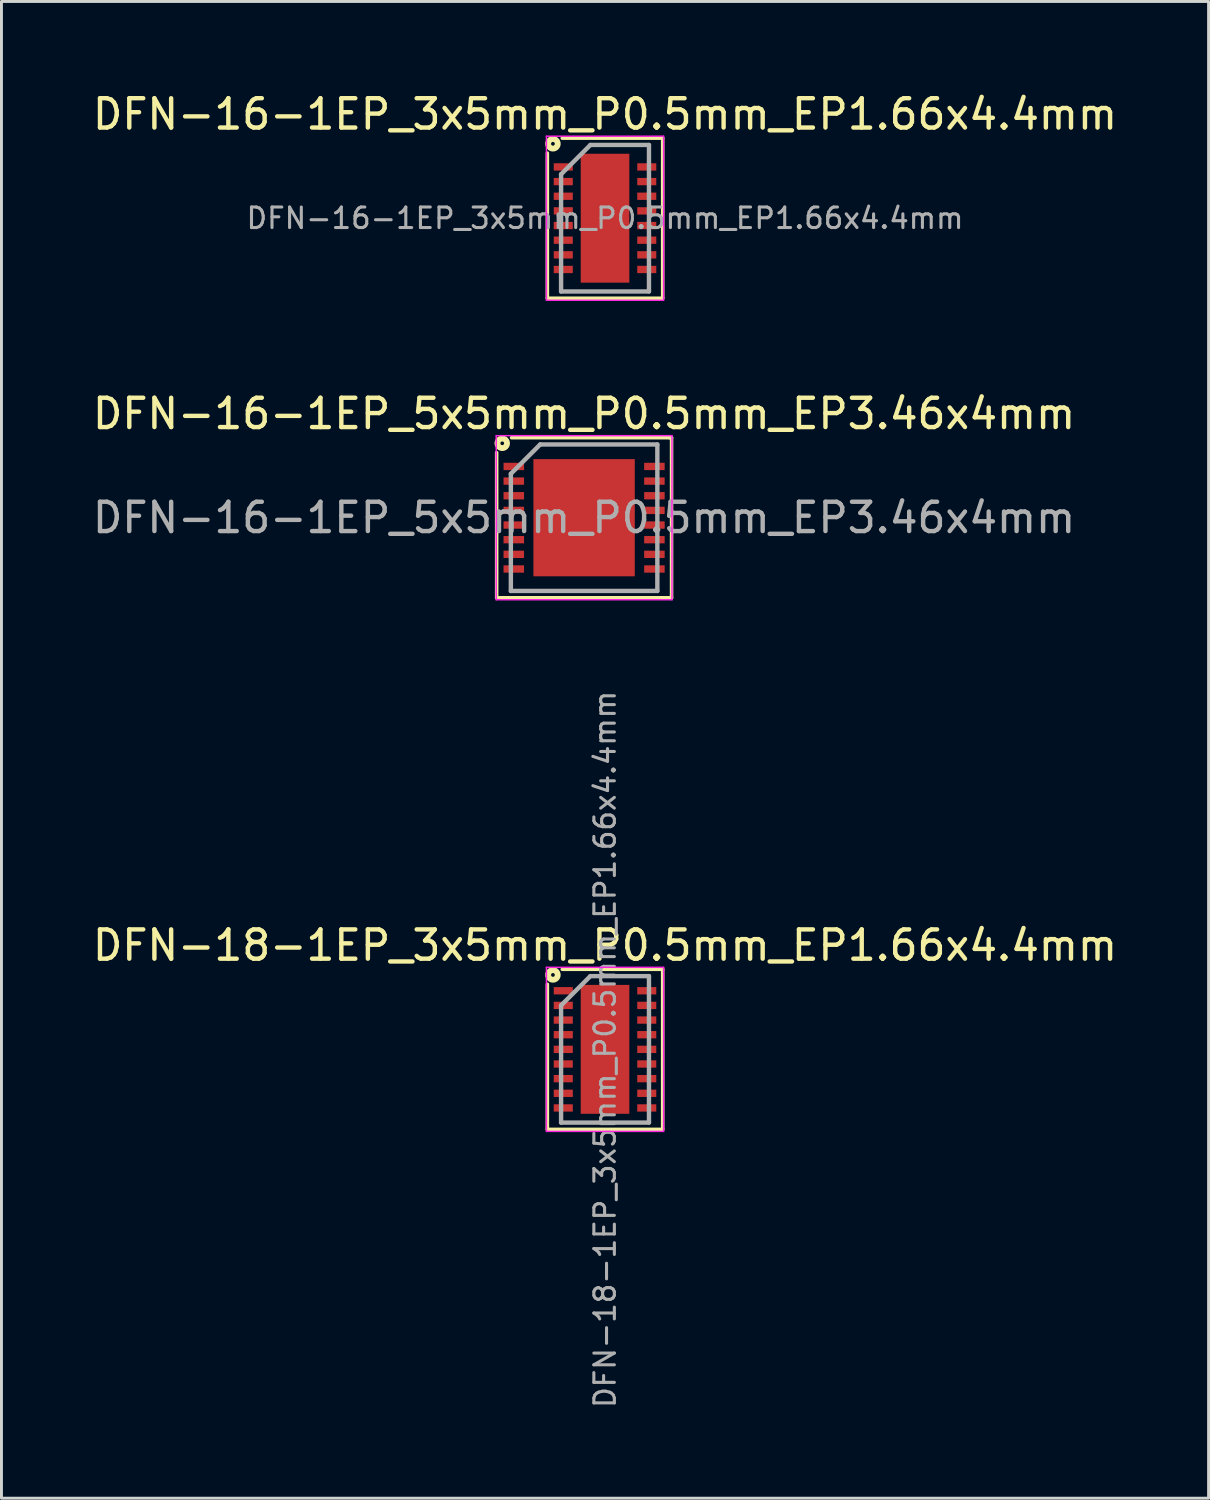
<source format=kicad_pcb>
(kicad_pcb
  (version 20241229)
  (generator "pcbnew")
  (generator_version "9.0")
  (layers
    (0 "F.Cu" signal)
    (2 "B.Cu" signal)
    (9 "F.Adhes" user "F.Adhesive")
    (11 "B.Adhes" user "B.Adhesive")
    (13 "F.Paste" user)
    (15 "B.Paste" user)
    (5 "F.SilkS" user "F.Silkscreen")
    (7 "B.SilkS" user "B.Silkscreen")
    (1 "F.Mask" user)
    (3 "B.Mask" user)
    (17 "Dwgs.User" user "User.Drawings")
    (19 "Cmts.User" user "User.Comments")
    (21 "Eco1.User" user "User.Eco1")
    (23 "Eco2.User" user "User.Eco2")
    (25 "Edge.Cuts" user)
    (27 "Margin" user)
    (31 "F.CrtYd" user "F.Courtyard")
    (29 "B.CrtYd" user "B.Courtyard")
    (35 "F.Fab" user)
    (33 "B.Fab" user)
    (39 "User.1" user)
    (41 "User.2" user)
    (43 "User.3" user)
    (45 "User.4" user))
  (footprint "DFN-16-1EP_3x5mm_P0.5mm_EP1.66x4.4mm"
    (layer "F.Cu")
    (at 17.601 4.398)
    (property "Reference" "DFN-16-1EP_3x5mm_P0.5mm_EP1.66x4.4mm" (at 0 -3.55 0) (layer "F.SilkS") (effects (font (size 1 1) (thickness 0.15))))
    (attr smd)
    (fp_line (start -1.968 2.731) (end -1.968 -2.223) (stroke (width 0.12) (type solid)) (layer "F.SilkS"))
    (fp_line (start -1.46 -2.731) (end 1.968 -2.731) (stroke (width 0.12) (type solid)) (layer "F.SilkS"))
    (fp_line (start 1.968 -2.731) (end 1.968 2.731) (stroke (width 0.12) (type solid)) (layer "F.SilkS"))
    (fp_line (start 1.968 2.731) (end -1.968 2.731) (stroke (width 0.12) (type solid)) (layer "F.SilkS"))
    (fp_circle (center -1.778 -2.54) (end -1.714 -2.54) (stroke (width 0.2) (type solid)) (fill no) (layer "F.SilkS"))
    (fp_line (start -2 -2.8) (end -2 2.8) (stroke (width 0.05) (type solid)) (layer "F.CrtYd"))
    (fp_line (start -2 -2.8) (end 2 -2.8) (stroke (width 0.05) (type solid)) (layer "F.CrtYd"))
    (fp_line (start -2 2.8) (end 2 2.8) (stroke (width 0.05) (type solid)) (layer "F.CrtYd"))
    (fp_line (start 2 -2.8) (end 2 2.8) (stroke (width 0.05) (type solid)) (layer "F.CrtYd"))
    (fp_line (start -1.5 -1.5) (end -0.5 -2.5) (stroke (width 0.15) (type solid)) (layer "F.Fab"))
    (fp_line (start -1.5 2.5) (end -1.5 -1.5) (stroke (width 0.15) (type solid)) (layer "F.Fab"))
    (fp_line (start -0.5 -2.5) (end 1.5 -2.5) (stroke (width 0.15) (type solid)) (layer "F.Fab"))
    (fp_line (start 1.5 -2.5) (end 1.5 2.5) (stroke (width 0.15) (type solid)) (layer "F.Fab"))
    (fp_line (start 1.5 2.5) (end -1.5 2.5) (stroke (width 0.15) (type solid)) (layer "F.Fab"))
    (fp_text user "${REFERENCE}" (at 0 0 0) (layer "F.Fab") (effects (font (size 0.7 0.7) (thickness 0.105))))
    (pad "" smd rect (at -0.415 -1.76) (size 0.67 0.71) (layers "F.Paste"))
    (pad "" smd rect (at -0.415 -0.88) (size 0.67 0.71) (layers "F.Paste"))
    (pad "" smd rect (at -0.415 0) (size 0.67 0.71) (layers "F.Paste"))
    (pad "" smd rect (at -0.415 0.88) (size 0.67 0.71) (layers "F.Paste"))
    (pad "" smd rect (at -0.415 1.76) (size 0.67 0.71) (layers "F.Paste"))
    (pad "" smd rect (at 0.415 -1.76) (size 0.67 0.71) (layers "F.Paste"))
    (pad "" smd rect (at 0.415 -0.88) (size 0.67 0.71) (layers "F.Paste"))
    (pad "" smd rect (at 0.415 0) (size 0.67 0.71) (layers "F.Paste"))
    (pad "" smd rect (at 0.415 0.88) (size 0.67 0.71) (layers "F.Paste"))
    (pad "" smd rect (at 0.415 1.76) (size 0.67 0.71) (layers "F.Paste"))
    (pad "1" smd rect (at -1.425 -1.75) (size 0.65 0.25) (layers "F.Cu" "F.Mask" "F.Paste"))
    (pad "2" smd rect (at -1.425 -1.25) (size 0.65 0.25) (layers "F.Cu" "F.Mask" "F.Paste"))
    (pad "3" smd rect (at -1.425 -0.75) (size 0.65 0.25) (layers "F.Cu" "F.Mask" "F.Paste"))
    (pad "4" smd rect (at -1.425 -0.25) (size 0.65 0.25) (layers "F.Cu" "F.Mask" "F.Paste"))
    (pad "5" smd rect (at -1.425 0.25) (size 0.65 0.25) (layers "F.Cu" "F.Mask" "F.Paste"))
    (pad "6" smd rect (at -1.425 0.75) (size 0.65 0.25) (layers "F.Cu" "F.Mask" "F.Paste"))
    (pad "7" smd rect (at -1.425 1.25) (size 0.65 0.25) (layers "F.Cu" "F.Mask" "F.Paste"))
    (pad "8" smd rect (at -1.425 1.75) (size 0.65 0.25) (layers "F.Cu" "F.Mask" "F.Paste"))
    (pad "9" smd rect (at 1.425 1.75) (size 0.65 0.25) (layers "F.Cu" "F.Mask" "F.Paste"))
    (pad "10" smd rect (at 1.425 1.25) (size 0.65 0.25) (layers "F.Cu" "F.Mask" "F.Paste"))
    (pad "11" smd rect (at 1.425 0.75) (size 0.65 0.25) (layers "F.Cu" "F.Mask" "F.Paste"))
    (pad "12" smd rect (at 1.425 0.25) (size 0.65 0.25) (layers "F.Cu" "F.Mask" "F.Paste"))
    (pad "13" smd rect (at 1.425 -0.25) (size 0.65 0.25) (layers "F.Cu" "F.Mask" "F.Paste"))
    (pad "14" smd rect (at 1.425 -0.75) (size 0.65 0.25) (layers "F.Cu" "F.Mask" "F.Paste"))
    (pad "15" smd rect (at 1.425 -1.25) (size 0.65 0.25) (layers "F.Cu" "F.Mask" "F.Paste"))
    (pad "16" smd rect (at 1.425 -1.75) (size 0.65 0.25) (layers "F.Cu" "F.Mask" "F.Paste"))
    (pad "17" smd rect (at 0 0) (size 1.66 4.4) (layers "F.Cu" "F.Mask")))
  (footprint "DFN-18-1EP_3x5mm_P0.5mm_EP1.66x4.4mm"
    (layer "F.Cu")
    (at 17.601 32.767)
    (property "Reference" "DFN-18-1EP_3x5mm_P0.5mm_EP1.66x4.4mm" (at 0 -3.55 0) (layer "F.SilkS") (effects (font (size 1 1) (thickness 0.15))))
    (attr smd)
    (fp_line (start -1.968 2.731) (end -1.968 -2.223) (stroke (width 0.12) (type solid)) (layer "F.SilkS"))
    (fp_line (start -1.46 -2.731) (end 1.968 -2.731) (stroke (width 0.12) (type solid)) (layer "F.SilkS"))
    (fp_line (start 1.968 -2.731) (end 1.968 2.731) (stroke (width 0.12) (type solid)) (layer "F.SilkS"))
    (fp_line (start 1.968 2.731) (end -1.968 2.731) (stroke (width 0.12) (type solid)) (layer "F.SilkS"))
    (fp_circle (center -1.778 -2.54) (end -1.714 -2.54) (stroke (width 0.2) (type solid)) (fill no) (layer "F.SilkS"))
    (fp_line (start -2 -2.8) (end -2 2.8) (stroke (width 0.05) (type solid)) (layer "F.CrtYd"))
    (fp_line (start -2 -2.8) (end 2 -2.8) (stroke (width 0.05) (type solid)) (layer "F.CrtYd"))
    (fp_line (start -2 2.8) (end 2 2.8) (stroke (width 0.05) (type solid)) (layer "F.CrtYd"))
    (fp_line (start 2 -2.8) (end 2 2.8) (stroke (width 0.05) (type solid)) (layer "F.CrtYd"))
    (fp_line (start -1.5 -1.5) (end -0.5 -2.5) (stroke (width 0.15) (type solid)) (layer "F.Fab"))
    (fp_line (start -1.5 2.5) (end -1.5 -1.5) (stroke (width 0.15) (type solid)) (layer "F.Fab"))
    (fp_line (start -0.5 -2.5) (end 1.5 -2.5) (stroke (width 0.15) (type solid)) (layer "F.Fab"))
    (fp_line (start 1.5 -2.5) (end 1.5 2.5) (stroke (width 0.15) (type solid)) (layer "F.Fab"))
    (fp_line (start 1.5 2.5) (end -1.5 2.5) (stroke (width 0.15) (type solid)) (layer "F.Fab"))
    (fp_text user "${REFERENCE}" (at 0 0 90) (layer "F.Fab") (effects (font (size 0.7 0.7) (thickness 0.105))))
    (pad "" smd rect (at -0.415 -1.76) (size 0.67 0.71) (layers "F.Paste"))
    (pad "" smd rect (at -0.415 -0.88) (size 0.67 0.71) (layers "F.Paste"))
    (pad "" smd rect (at -0.415 0) (size 0.67 0.71) (layers "F.Paste"))
    (pad "" smd rect (at -0.415 0.88) (size 0.67 0.71) (layers "F.Paste"))
    (pad "" smd rect (at -0.415 1.76) (size 0.67 0.71) (layers "F.Paste"))
    (pad "" smd rect (at 0.415 -1.76) (size 0.67 0.71) (layers "F.Paste"))
    (pad "" smd rect (at 0.415 -0.88) (size 0.67 0.71) (layers "F.Paste"))
    (pad "" smd rect (at 0.415 0) (size 0.67 0.71) (layers "F.Paste"))
    (pad "" smd rect (at 0.415 0.88) (size 0.67 0.71) (layers "F.Paste"))
    (pad "" smd rect (at 0.415 1.76) (size 0.67 0.71) (layers "F.Paste"))
    (pad "1" smd rect (at -1.425 -2) (size 0.65 0.25) (layers "F.Cu" "F.Mask" "F.Paste"))
    (pad "2" smd rect (at -1.425 -1.5) (size 0.65 0.25) (layers "F.Cu" "F.Mask" "F.Paste"))
    (pad "3" smd rect (at -1.425 -1) (size 0.65 0.25) (layers "F.Cu" "F.Mask" "F.Paste"))
    (pad "4" smd rect (at -1.425 -0.5) (size 0.65 0.25) (layers "F.Cu" "F.Mask" "F.Paste"))
    (pad "5" smd rect (at -1.425 0) (size 0.65 0.25) (layers "F.Cu" "F.Mask" "F.Paste"))
    (pad "6" smd rect (at -1.425 0.5) (size 0.65 0.25) (layers "F.Cu" "F.Mask" "F.Paste"))
    (pad "7" smd rect (at -1.425 1) (size 0.65 0.25) (layers "F.Cu" "F.Mask" "F.Paste"))
    (pad "8" smd rect (at -1.425 1.5) (size 0.65 0.25) (layers "F.Cu" "F.Mask" "F.Paste"))
    (pad "9" smd rect (at -1.425 2) (size 0.65 0.25) (layers "F.Cu" "F.Mask" "F.Paste"))
    (pad "10" smd rect (at 1.425 2) (size 0.65 0.25) (layers "F.Cu" "F.Mask" "F.Paste"))
    (pad "11" smd rect (at 1.425 1.5) (size 0.65 0.25) (layers "F.Cu" "F.Mask" "F.Paste"))
    (pad "12" smd rect (at 1.425 1) (size 0.65 0.25) (layers "F.Cu" "F.Mask" "F.Paste"))
    (pad "13" smd rect (at 1.425 0.5) (size 0.65 0.25) (layers "F.Cu" "F.Mask" "F.Paste"))
    (pad "14" smd rect (at 1.425 0) (size 0.65 0.25) (layers "F.Cu" "F.Mask" "F.Paste"))
    (pad "15" smd rect (at 1.425 -0.5) (size 0.65 0.25) (layers "F.Cu" "F.Mask" "F.Paste"))
    (pad "16" smd rect (at 1.425 -1) (size 0.65 0.25) (layers "F.Cu" "F.Mask" "F.Paste"))
    (pad "17" smd rect (at 1.425 -1.5) (size 0.65 0.25) (layers "F.Cu" "F.Mask" "F.Paste"))
    (pad "18" smd rect (at 1.425 -2) (size 0.65 0.25) (layers "F.Cu" "F.Mask" "F.Paste"))
    (pad "19" smd rect (at 0 0) (size 1.66 4.4) (layers "F.Cu" "F.Mask")))
  (footprint "DFN-16-1EP_5x5mm_P0.5mm_EP3.46x4mm"
    (layer "F.Cu")
    (at 16.887 14.621)
    (property "Reference" "DFN-16-1EP_5x5mm_P0.5mm_EP3.46x4mm" (at 0 -3.55 0) (layer "F.SilkS") (effects (font (size 1 1) (thickness 0.15))))
    (attr smd)
    (fp_line (start -2.985 2.731) (end -2.985 -2.223) (stroke (width 0.12) (type solid)) (layer "F.SilkS"))
    (fp_line (start -2.477 -2.731) (end 2.921 -2.731) (stroke (width 0.12) (type solid)) (layer "F.SilkS"))
    (fp_line (start 2.921 -2.731) (end 2.985 -2.731) (stroke (width 0.12) (type solid)) (layer "F.SilkS"))
    (fp_line (start 2.985 -2.731) (end 2.985 2.731) (stroke (width 0.12) (type solid)) (layer "F.SilkS"))
    (fp_line (start 2.985 2.731) (end -2.985 2.731) (stroke (width 0.12) (type solid)) (layer "F.SilkS"))
    (fp_circle (center -2.794 -2.54) (end -2.731 -2.54) (stroke (width 0.2) (type solid)) (fill no) (layer "F.SilkS"))
    (fp_line (start -3 -2.8) (end -3 2.8) (stroke (width 0.05) (type solid)) (layer "F.CrtYd"))
    (fp_line (start -3 -2.8) (end 3 -2.8) (stroke (width 0.05) (type solid)) (layer "F.CrtYd"))
    (fp_line (start -3 2.8) (end 3 2.8) (stroke (width 0.05) (type solid)) (layer "F.CrtYd"))
    (fp_line (start 3 -2.8) (end 3 2.8) (stroke (width 0.05) (type solid)) (layer "F.CrtYd"))
    (fp_line (start -2.5 -1.5) (end -1.5 -2.5) (stroke (width 0.15) (type solid)) (layer "F.Fab"))
    (fp_line (start -2.5 2.5) (end -2.5 -1.5) (stroke (width 0.15) (type solid)) (layer "F.Fab"))
    (fp_line (start -1.5 -2.5) (end 2.5 -2.5) (stroke (width 0.15) (type solid)) (layer "F.Fab"))
    (fp_line (start 2.5 -2.5) (end 2.5 2.5) (stroke (width 0.15) (type solid)) (layer "F.Fab"))
    (fp_line (start 2.5 2.5) (end -2.5 2.5) (stroke (width 0.15) (type solid)) (layer "F.Fab"))
    (fp_text user "${REFERENCE}" (at 0 0 0) (layer "F.Fab") (effects (font (size 1 1) (thickness 0.15))))
    (pad "" smd rect (at -1.154 -1.34) (size 0.9 1.1) (layers "F.Paste"))
    (pad "" smd rect (at -1.154 0) (size 0.9 1.1) (layers "F.Paste"))
    (pad "" smd rect (at -1.154 1.34) (size 0.9 1.1) (layers "F.Paste"))
    (pad "" smd rect (at 0 -1.34) (size 0.9 1.1) (layers "F.Paste"))
    (pad "" smd rect (at 0 0) (size 0.9 1.1) (layers "F.Paste"))
    (pad "" smd rect (at 0 1.34) (size 0.9 1.1) (layers "F.Paste"))
    (pad "" smd rect (at 1.154 -1.34) (size 0.9 1.1) (layers "F.Paste"))
    (pad "" smd rect (at 1.154 0) (size 0.9 1.1) (layers "F.Paste"))
    (pad "" smd rect (at 1.154 1.34) (size 0.9 1.1) (layers "F.Paste"))
    (pad "1" smd rect (at -2.4 -1.75) (size 0.7 0.25) (layers "F.Cu" "F.Mask" "F.Paste"))
    (pad "2" smd rect (at -2.4 -1.25) (size 0.7 0.25) (layers "F.Cu" "F.Mask" "F.Paste"))
    (pad "3" smd rect (at -2.4 -0.75) (size 0.7 0.25) (layers "F.Cu" "F.Mask" "F.Paste"))
    (pad "4" smd rect (at -2.4 -0.25) (size 0.7 0.25) (layers "F.Cu" "F.Mask" "F.Paste"))
    (pad "5" smd rect (at -2.4 0.25) (size 0.7 0.25) (layers "F.Cu" "F.Mask" "F.Paste"))
    (pad "6" smd rect (at -2.4 0.75) (size 0.7 0.25) (layers "F.Cu" "F.Mask" "F.Paste"))
    (pad "7" smd rect (at -2.4 1.25) (size 0.7 0.25) (layers "F.Cu" "F.Mask" "F.Paste"))
    (pad "8" smd rect (at -2.4 1.75) (size 0.7 0.25) (layers "F.Cu" "F.Mask" "F.Paste"))
    (pad "9" smd rect (at 2.4 1.75) (size 0.7 0.25) (layers "F.Cu" "F.Mask" "F.Paste"))
    (pad "10" smd rect (at 2.4 1.25) (size 0.7 0.25) (layers "F.Cu" "F.Mask" "F.Paste"))
    (pad "11" smd rect (at 2.4 0.75) (size 0.7 0.25) (layers "F.Cu" "F.Mask" "F.Paste"))
    (pad "12" smd rect (at 2.4 0.25) (size 0.7 0.25) (layers "F.Cu" "F.Mask" "F.Paste"))
    (pad "13" smd rect (at 2.4 -0.25) (size 0.7 0.25) (layers "F.Cu" "F.Mask" "F.Paste"))
    (pad "14" smd rect (at 2.4 -0.75) (size 0.7 0.25) (layers "F.Cu" "F.Mask" "F.Paste"))
    (pad "15" smd rect (at 2.4 -1.25) (size 0.7 0.25) (layers "F.Cu" "F.Mask" "F.Paste"))
    (pad "16" smd rect (at 2.4 -1.75) (size 0.7 0.25) (layers "F.Cu" "F.Mask" "F.Paste"))
    (pad "17" smd rect (at 0 0) (size 3.46 4) (layers "F.Cu" "F.Mask")))
  (gr_rect
    (start -3 -3)
    (end 38.202 48.088)
    (stroke (width 0.1) (type default))
    (fill no)
    (layer "Edge.Cuts")))
</source>
